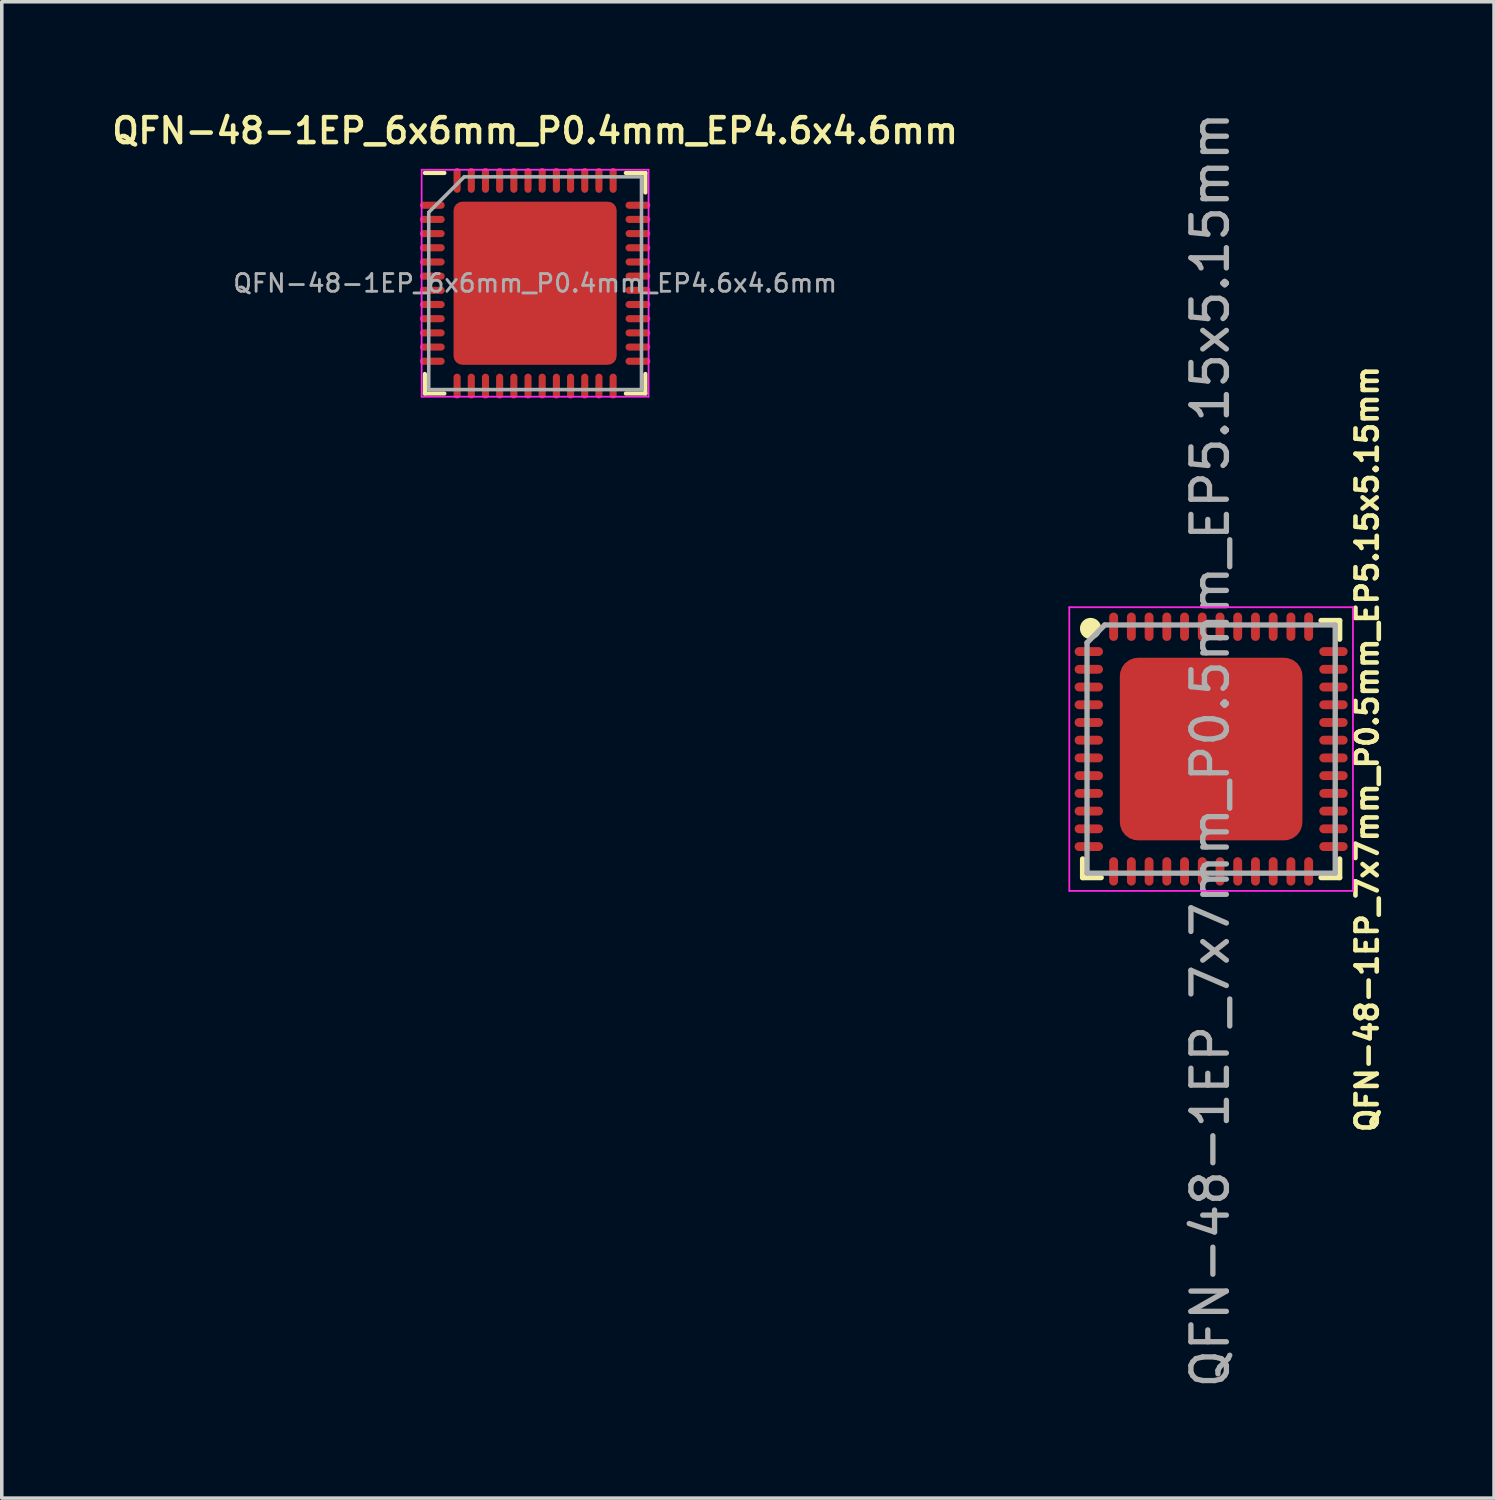
<source format=kicad_pcb>
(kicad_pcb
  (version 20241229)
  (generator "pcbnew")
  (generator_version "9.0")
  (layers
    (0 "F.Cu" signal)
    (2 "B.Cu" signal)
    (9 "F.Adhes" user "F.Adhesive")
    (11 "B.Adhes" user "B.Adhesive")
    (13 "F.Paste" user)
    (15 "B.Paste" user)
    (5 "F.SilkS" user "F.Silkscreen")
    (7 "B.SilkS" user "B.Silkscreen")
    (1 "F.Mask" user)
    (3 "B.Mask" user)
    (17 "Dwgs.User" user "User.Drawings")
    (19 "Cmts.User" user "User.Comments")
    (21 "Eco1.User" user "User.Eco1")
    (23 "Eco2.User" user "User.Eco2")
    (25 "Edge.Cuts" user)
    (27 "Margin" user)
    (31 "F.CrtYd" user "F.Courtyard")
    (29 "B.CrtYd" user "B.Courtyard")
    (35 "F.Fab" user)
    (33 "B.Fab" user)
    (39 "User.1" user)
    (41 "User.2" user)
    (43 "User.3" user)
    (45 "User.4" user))
  (footprint "QFN-48-1EP_7x7mm_P0.5mm_EP5.15x5.15mm"
    (layer "F.Cu")
    (at 31.108 18.076)
    (property "Reference" "QFN-48-1EP_7x7mm_P0.5mm_EP5.15x5.15mm" (at 4.4 0 90) (layer "F.SilkS") (effects (font (size 0.6 0.6) (thickness 0.13))))
    (property "Value" "${VALUE}" (at 3.2 0 90) (layer "F.Fab") (hide yes) (effects (font (size 0.3 0.3) (thickness 0.05))))
    (attr smd)
    (fp_line (start -3.625 3.625) (end -3.625 3.1) (stroke (width 0.15) (type solid)) (layer "F.SilkS"))
    (fp_line (start -3.625 3.625) (end -3.1 3.625) (stroke (width 0.15) (type solid)) (layer "F.SilkS"))
    (fp_line (start 3.625 -3.625) (end 3.1 -3.625) (stroke (width 0.15) (type solid)) (layer "F.SilkS"))
    (fp_line (start 3.625 -3.625) (end 3.625 -3.1) (stroke (width 0.15) (type solid)) (layer "F.SilkS"))
    (fp_line (start 3.625 3.625) (end 3.1 3.625) (stroke (width 0.15) (type solid)) (layer "F.SilkS"))
    (fp_line (start 3.625 3.625) (end 3.625 3.1) (stroke (width 0.15) (type solid)) (layer "F.SilkS"))
    (fp_circle (center -3.4 -3.4) (end -3.25 -3.4) (stroke (width 0.3) (type solid)) (fill no) (layer "F.SilkS"))
    (fp_line (start -4 -4) (end -4 4) (stroke (width 0.05) (type solid)) (layer "F.CrtYd"))
    (fp_line (start -4 -4) (end 4 -4) (stroke (width 0.05) (type solid)) (layer "F.CrtYd"))
    (fp_line (start -4 4) (end 4 4) (stroke (width 0.05) (type solid)) (layer "F.CrtYd"))
    (fp_line (start 4 -4) (end 4 4) (stroke (width 0.05) (type solid)) (layer "F.CrtYd"))
    (fp_line (start -3.5 -3) (end -3 -3.5) (stroke (width 0.15) (type solid)) (layer "F.Fab"))
    (fp_line (start -3.5 3.5) (end -3.5 -3) (stroke (width 0.15) (type solid)) (layer "F.Fab"))
    (fp_line (start -3 -3.5) (end 3.5 -3.5) (stroke (width 0.15) (type solid)) (layer "F.Fab"))
    (fp_line (start 3.5 -3.5) (end 3.5 3.5) (stroke (width 0.15) (type solid)) (layer "F.Fab"))
    (fp_line (start 3.5 3.5) (end -3.5 3.5) (stroke (width 0.15) (type solid)) (layer "F.Fab"))
    (fp_text user "${REFERENCE}" (at -0.025 0.025 90) (layer "F.Fab") (effects (font (size 1 1) (thickness 0.15))))
    (pad "" smd rect (at -1.03 -1.03) (size 1.5 1.5) (layers "F.Paste"))
    (pad "" smd rect (at -1.03 1.03) (size 1.5 1.5) (layers "F.Paste"))
    (pad "" smd rect (at 1.03 -1.03) (size 1.5 1.5) (layers "F.Paste"))
    (pad "" smd rect (at 1.03 1.03) (size 1.5 1.5) (layers "F.Paste"))
    (pad "1" smd oval (at -3.45 -2.75) (size 0.8 0.25) (layers "F.Cu" "F.Mask" "F.Paste"))
    (pad "2" smd oval (at -3.45 -2.25) (size 0.8 0.25) (layers "F.Cu" "F.Mask" "F.Paste"))
    (pad "3" smd oval (at -3.45 -1.75) (size 0.8 0.25) (layers "F.Cu" "F.Mask" "F.Paste"))
    (pad "4" smd oval (at -3.45 -1.25) (size 0.8 0.25) (layers "F.Cu" "F.Mask" "F.Paste"))
    (pad "5" smd oval (at -3.45 -0.75) (size 0.8 0.25) (layers "F.Cu" "F.Mask" "F.Paste"))
    (pad "6" smd oval (at -3.45 -0.25) (size 0.8 0.25) (layers "F.Cu" "F.Mask" "F.Paste"))
    (pad "7" smd oval (at -3.45 0.25) (size 0.8 0.25) (layers "F.Cu" "F.Mask" "F.Paste"))
    (pad "8" smd oval (at -3.45 0.75) (size 0.8 0.25) (layers "F.Cu" "F.Mask" "F.Paste"))
    (pad "9" smd oval (at -3.45 1.25) (size 0.8 0.25) (layers "F.Cu" "F.Mask" "F.Paste"))
    (pad "10" smd oval (at -3.45 1.75) (size 0.8 0.25) (layers "F.Cu" "F.Mask" "F.Paste"))
    (pad "11" smd oval (at -3.45 2.25) (size 0.8 0.25) (layers "F.Cu" "F.Mask" "F.Paste"))
    (pad "12" smd oval (at -3.45 2.75) (size 0.8 0.25) (layers "F.Cu" "F.Mask" "F.Paste"))
    (pad "13" smd oval (at -2.75 3.45 90) (size 0.8 0.25) (layers "F.Cu" "F.Mask" "F.Paste"))
    (pad "14" smd oval (at -2.25 3.45 90) (size 0.8 0.25) (layers "F.Cu" "F.Mask" "F.Paste"))
    (pad "15" smd oval (at -1.75 3.45 90) (size 0.8 0.25) (layers "F.Cu" "F.Mask" "F.Paste"))
    (pad "16" smd oval (at -1.25 3.45 90) (size 0.8 0.25) (layers "F.Cu" "F.Mask" "F.Paste"))
    (pad "17" smd oval (at -0.75 3.45 90) (size 0.8 0.25) (layers "F.Cu" "F.Mask" "F.Paste"))
    (pad "18" smd oval (at -0.25 3.45 90) (size 0.8 0.25) (layers "F.Cu" "F.Mask" "F.Paste"))
    (pad "19" smd oval (at 0.25 3.45 90) (size 0.8 0.25) (layers "F.Cu" "F.Mask" "F.Paste"))
    (pad "20" smd oval (at 0.75 3.45 90) (size 0.8 0.25) (layers "F.Cu" "F.Mask" "F.Paste"))
    (pad "21" smd oval (at 1.25 3.45 90) (size 0.8 0.25) (layers "F.Cu" "F.Mask" "F.Paste"))
    (pad "22" smd oval (at 1.75 3.45 90) (size 0.8 0.25) (layers "F.Cu" "F.Mask" "F.Paste"))
    (pad "23" smd oval (at 2.25 3.45 90) (size 0.8 0.25) (layers "F.Cu" "F.Mask" "F.Paste"))
    (pad "24" smd oval (at 2.75 3.45 90) (size 0.8 0.25) (layers "F.Cu" "F.Mask" "F.Paste"))
    (pad "25" smd oval (at 3.45 2.75) (size 0.8 0.25) (layers "F.Cu" "F.Mask" "F.Paste"))
    (pad "26" smd oval (at 3.45 2.25) (size 0.8 0.25) (layers "F.Cu" "F.Mask" "F.Paste"))
    (pad "27" smd oval (at 3.45 1.75) (size 0.8 0.25) (layers "F.Cu" "F.Mask" "F.Paste"))
    (pad "28" smd oval (at 3.45 1.25) (size 0.8 0.25) (layers "F.Cu" "F.Mask" "F.Paste"))
    (pad "29" smd oval (at 3.45 0.75) (size 0.8 0.25) (layers "F.Cu" "F.Mask" "F.Paste"))
    (pad "30" smd oval (at 3.45 0.25) (size 0.8 0.25) (layers "F.Cu" "F.Mask" "F.Paste"))
    (pad "31" smd oval (at 3.45 -0.25) (size 0.8 0.25) (layers "F.Cu" "F.Mask" "F.Paste"))
    (pad "32" smd oval (at 3.45 -0.75) (size 0.8 0.25) (layers "F.Cu" "F.Mask" "F.Paste"))
    (pad "33" smd oval (at 3.45 -1.25) (size 0.8 0.25) (layers "F.Cu" "F.Mask" "F.Paste"))
    (pad "34" smd oval (at 3.45 -1.75) (size 0.8 0.25) (layers "F.Cu" "F.Mask" "F.Paste"))
    (pad "35" smd oval (at 3.45 -2.25) (size 0.8 0.25) (layers "F.Cu" "F.Mask" "F.Paste"))
    (pad "36" smd oval (at 3.45 -2.75) (size 0.8 0.25) (layers "F.Cu" "F.Mask" "F.Paste"))
    (pad "37" smd oval (at 2.75 -3.45 90) (size 0.8 0.25) (layers "F.Cu" "F.Mask" "F.Paste"))
    (pad "38" smd oval (at 2.25 -3.45 90) (size 0.8 0.25) (layers "F.Cu" "F.Mask" "F.Paste"))
    (pad "39" smd oval (at 1.75 -3.45 90) (size 0.8 0.25) (layers "F.Cu" "F.Mask" "F.Paste"))
    (pad "40" smd oval (at 1.25 -3.45 90) (size 0.8 0.25) (layers "F.Cu" "F.Mask" "F.Paste"))
    (pad "41" smd oval (at 0.75 -3.45 90) (size 0.8 0.25) (layers "F.Cu" "F.Mask" "F.Paste"))
    (pad "42" smd oval (at 0.25 -3.45 90) (size 0.8 0.25) (layers "F.Cu" "F.Mask" "F.Paste"))
    (pad "43" smd oval (at -0.25 -3.45 90) (size 0.8 0.25) (layers "F.Cu" "F.Mask" "F.Paste"))
    (pad "44" smd oval (at -0.75 -3.45 90) (size 0.8 0.25) (layers "F.Cu" "F.Mask" "F.Paste"))
    (pad "45" smd oval (at -1.25 -3.45 90) (size 0.8 0.25) (layers "F.Cu" "F.Mask" "F.Paste"))
    (pad "46" smd oval (at -1.75 -3.45 90) (size 0.8 0.25) (layers "F.Cu" "F.Mask" "F.Paste"))
    (pad "47" smd oval (at -2.25 -3.45 90) (size 0.8 0.25) (layers "F.Cu" "F.Mask" "F.Paste"))
    (pad "48" smd oval (at -2.75 -3.45 90) (size 0.8 0.25) (layers "F.Cu" "F.Mask" "F.Paste"))
    (pad "49" smd roundrect (at 0 0) (size 5.15 5.15) (layers "F.Cu" "F.Mask") (roundrect_rratio 0.1)))
  (footprint "QFN-48-1EP_6x6mm_P0.4mm_EP4.6x4.6mm"
    (layer "F.Cu")
    (at 12.042 4.938)
    (property "Reference" "QFN-48-1EP_6x6mm_P0.4mm_EP4.6x4.6mm" (at 0 -4.3 0) (layer "F.SilkS") (effects (font (size 0.7 0.7) (thickness 0.13))))
    (attr smd)
    (fp_line (start -3.11 3.11) (end -3.11 2.56) (stroke (width 0.12) (type solid)) (layer "F.SilkS"))
    (fp_line (start -2.56 -3.11) (end -3.11 -3.11) (stroke (width 0.12) (type solid)) (layer "F.SilkS"))
    (fp_line (start -2.56 3.11) (end -3.11 3.11) (stroke (width 0.12) (type solid)) (layer "F.SilkS"))
    (fp_line (start 2.56 -3.11) (end 3.11 -3.11) (stroke (width 0.12) (type solid)) (layer "F.SilkS"))
    (fp_line (start 2.56 3.11) (end 3.11 3.11) (stroke (width 0.12) (type solid)) (layer "F.SilkS"))
    (fp_line (start 3.11 -3.11) (end 3.11 -2.56) (stroke (width 0.12) (type solid)) (layer "F.SilkS"))
    (fp_line (start 3.11 3.11) (end 3.11 2.56) (stroke (width 0.12) (type solid)) (layer "F.SilkS"))
    (fp_line (start -3.2 -3.2) (end -3.2 3.2) (stroke (width 0.05) (type solid)) (layer "F.CrtYd"))
    (fp_line (start -3.2 3.2) (end 3.2 3.2) (stroke (width 0.05) (type solid)) (layer "F.CrtYd"))
    (fp_line (start 3.2 -3.2) (end -3.2 -3.2) (stroke (width 0.05) (type solid)) (layer "F.CrtYd"))
    (fp_line (start 3.2 3.2) (end 3.2 -3.2) (stroke (width 0.05) (type solid)) (layer "F.CrtYd"))
    (fp_line (start -3 -2) (end -2 -3) (stroke (width 0.1) (type solid)) (layer "F.Fab"))
    (fp_line (start -3 3) (end -3 -2) (stroke (width 0.1) (type solid)) (layer "F.Fab"))
    (fp_line (start -2 -3) (end 3 -3) (stroke (width 0.1) (type solid)) (layer "F.Fab"))
    (fp_line (start 3 -3) (end 3 3) (stroke (width 0.1) (type solid)) (layer "F.Fab"))
    (fp_line (start 3 3) (end -3 3) (stroke (width 0.1) (type solid)) (layer "F.Fab"))
    (fp_text user "${REFERENCE}" (at 0 0 0) (layer "F.Fab") (effects (font (size 0.5 0.5) (thickness 0.08))))
    (pad "" smd roundrect (at -1.53 -1.53) (size 1.24 1.24) (layers "F.Paste") (roundrect_rratio 0.202))
    (pad "" smd roundrect (at -1.53 0) (size 1.24 1.24) (layers "F.Paste") (roundrect_rratio 0.202))
    (pad "" smd roundrect (at -1.53 1.53) (size 1.24 1.24) (layers "F.Paste") (roundrect_rratio 0.202))
    (pad "" smd roundrect (at 0 -1.53) (size 1.24 1.24) (layers "F.Paste") (roundrect_rratio 0.202))
    (pad "" smd roundrect (at 0 0) (size 1.24 1.24) (layers "F.Paste") (roundrect_rratio 0.202))
    (pad "" smd roundrect (at 0 1.53) (size 1.24 1.24) (layers "F.Paste") (roundrect_rratio 0.202))
    (pad "" smd roundrect (at 1.53 -1.53) (size 1.24 1.24) (layers "F.Paste") (roundrect_rratio 0.202))
    (pad "" smd roundrect (at 1.53 0) (size 1.24 1.24) (layers "F.Paste") (roundrect_rratio 0.202))
    (pad "" smd roundrect (at 1.53 1.53) (size 1.24 1.24) (layers "F.Paste") (roundrect_rratio 0.202))
    (pad "1" smd oval (at -2.9 -2.2) (size 0.7 0.2) (layers "F.Cu" "F.Mask" "F.Paste"))
    (pad "2" smd oval (at -2.9 -1.8) (size 0.7 0.2) (layers "F.Cu" "F.Mask" "F.Paste"))
    (pad "3" smd oval (at -2.9 -1.4) (size 0.7 0.2) (layers "F.Cu" "F.Mask" "F.Paste"))
    (pad "4" smd oval (at -2.9 -1) (size 0.7 0.2) (layers "F.Cu" "F.Mask" "F.Paste"))
    (pad "5" smd oval (at -2.9 -0.6) (size 0.7 0.2) (layers "F.Cu" "F.Mask" "F.Paste"))
    (pad "6" smd oval (at -2.9 -0.2) (size 0.7 0.2) (layers "F.Cu" "F.Mask" "F.Paste"))
    (pad "7" smd oval (at -2.9 0.2) (size 0.7 0.2) (layers "F.Cu" "F.Mask" "F.Paste"))
    (pad "8" smd oval (at -2.9 0.6) (size 0.7 0.2) (layers "F.Cu" "F.Mask" "F.Paste"))
    (pad "9" smd oval (at -2.9 1) (size 0.7 0.2) (layers "F.Cu" "F.Mask" "F.Paste"))
    (pad "10" smd oval (at -2.9 1.4) (size 0.7 0.2) (layers "F.Cu" "F.Mask" "F.Paste"))
    (pad "11" smd oval (at -2.9 1.8) (size 0.7 0.2) (layers "F.Cu" "F.Mask" "F.Paste"))
    (pad "12" smd oval (at -2.9 2.2) (size 0.7 0.2) (layers "F.Cu" "F.Mask" "F.Paste"))
    (pad "13" smd oval (at -2.2 2.9) (size 0.2 0.7) (layers "F.Cu" "F.Mask" "F.Paste"))
    (pad "14" smd oval (at -1.8 2.9) (size 0.2 0.7) (layers "F.Cu" "F.Mask" "F.Paste"))
    (pad "15" smd oval (at -1.4 2.9) (size 0.2 0.7) (layers "F.Cu" "F.Mask" "F.Paste"))
    (pad "16" smd oval (at -1 2.9) (size 0.2 0.7) (layers "F.Cu" "F.Mask" "F.Paste"))
    (pad "17" smd oval (at -0.6 2.9) (size 0.2 0.7) (layers "F.Cu" "F.Mask" "F.Paste"))
    (pad "18" smd oval (at -0.2 2.9) (size 0.2 0.7) (layers "F.Cu" "F.Mask" "F.Paste"))
    (pad "19" smd oval (at 0.2 2.9) (size 0.2 0.7) (layers "F.Cu" "F.Mask" "F.Paste"))
    (pad "20" smd oval (at 0.6 2.9) (size 0.2 0.7) (layers "F.Cu" "F.Mask" "F.Paste"))
    (pad "21" smd oval (at 1 2.9) (size 0.2 0.7) (layers "F.Cu" "F.Mask" "F.Paste"))
    (pad "22" smd oval (at 1.4 2.9) (size 0.2 0.7) (layers "F.Cu" "F.Mask" "F.Paste"))
    (pad "23" smd oval (at 1.8 2.9) (size 0.2 0.7) (layers "F.Cu" "F.Mask" "F.Paste"))
    (pad "24" smd oval (at 2.2 2.9) (size 0.2 0.7) (layers "F.Cu" "F.Mask" "F.Paste"))
    (pad "25" smd oval (at 2.9 2.2) (size 0.7 0.2) (layers "F.Cu" "F.Mask" "F.Paste"))
    (pad "26" smd oval (at 2.9 1.8) (size 0.7 0.2) (layers "F.Cu" "F.Mask" "F.Paste"))
    (pad "27" smd oval (at 2.9 1.4) (size 0.7 0.2) (layers "F.Cu" "F.Mask" "F.Paste"))
    (pad "28" smd oval (at 2.9 1) (size 0.7 0.2) (layers "F.Cu" "F.Mask" "F.Paste"))
    (pad "29" smd oval (at 2.9 0.6) (size 0.7 0.2) (layers "F.Cu" "F.Mask" "F.Paste"))
    (pad "30" smd oval (at 2.9 0.2) (size 0.7 0.2) (layers "F.Cu" "F.Mask" "F.Paste"))
    (pad "31" smd oval (at 2.9 -0.2) (size 0.7 0.2) (layers "F.Cu" "F.Mask" "F.Paste"))
    (pad "32" smd oval (at 2.9 -0.6) (size 0.7 0.2) (layers "F.Cu" "F.Mask" "F.Paste"))
    (pad "33" smd oval (at 2.9 -1) (size 0.7 0.2) (layers "F.Cu" "F.Mask" "F.Paste"))
    (pad "34" smd oval (at 2.9 -1.4) (size 0.7 0.2) (layers "F.Cu" "F.Mask" "F.Paste"))
    (pad "35" smd oval (at 2.9 -1.8) (size 0.7 0.2) (layers "F.Cu" "F.Mask" "F.Paste"))
    (pad "36" smd oval (at 2.9 -2.2) (size 0.7 0.2) (layers "F.Cu" "F.Mask" "F.Paste"))
    (pad "37" smd oval (at 2.2 -2.9) (size 0.2 0.7) (layers "F.Cu" "F.Mask" "F.Paste"))
    (pad "38" smd oval (at 1.8 -2.9) (size 0.2 0.7) (layers "F.Cu" "F.Mask" "F.Paste"))
    (pad "39" smd oval (at 1.4 -2.9) (size 0.2 0.7) (layers "F.Cu" "F.Mask" "F.Paste"))
    (pad "40" smd oval (at 1 -2.9) (size 0.2 0.7) (layers "F.Cu" "F.Mask" "F.Paste"))
    (pad "41" smd oval (at 0.6 -2.9) (size 0.2 0.7) (layers "F.Cu" "F.Mask" "F.Paste"))
    (pad "42" smd oval (at 0.2 -2.9) (size 0.2 0.7) (layers "F.Cu" "F.Mask" "F.Paste"))
    (pad "43" smd oval (at -0.2 -2.9) (size 0.2 0.7) (layers "F.Cu" "F.Mask" "F.Paste"))
    (pad "44" smd oval (at -0.6 -2.9) (size 0.2 0.7) (layers "F.Cu" "F.Mask" "F.Paste"))
    (pad "45" smd oval (at -1 -2.9) (size 0.2 0.7) (layers "F.Cu" "F.Mask" "F.Paste"))
    (pad "46" smd oval (at -1.4 -2.9) (size 0.2 0.7) (layers "F.Cu" "F.Mask" "F.Paste"))
    (pad "47" smd oval (at -1.8 -2.9) (size 0.2 0.7) (layers "F.Cu" "F.Mask" "F.Paste"))
    (pad "48" smd oval (at -2.2 -2.9) (size 0.2 0.7) (layers "F.Cu" "F.Mask" "F.Paste"))
    (pad "49" smd roundrect (at 0 0) (size 4.6 4.6) (layers "F.Cu" "F.Mask") (roundrect_rratio 0.054)))
  (gr_rect
    (start -3 -3)
    (end 39.087 39.202)
    (stroke (width 0.1) (type default))
    (fill no)
    (layer "Edge.Cuts")))
</source>
